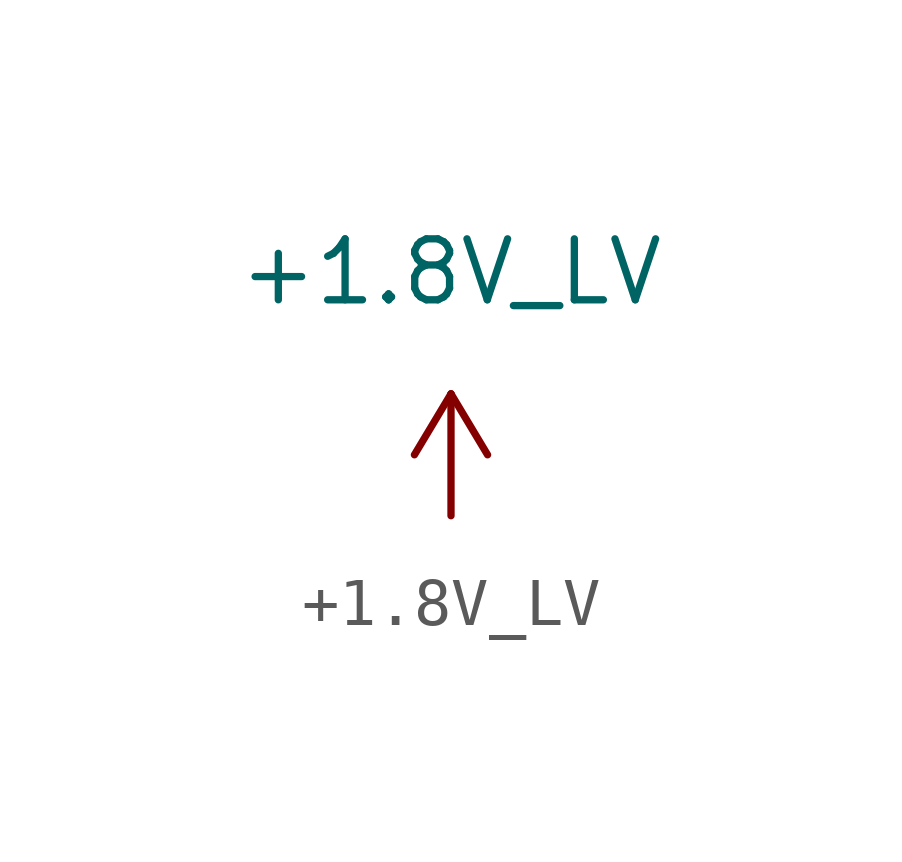
<source format=kicad_sym>
(kicad_symbol_lib
  (version 20220914)
  (generator kicad_symbol_editor)
  (symbol "+1.8V_LV"
    (power)
    (pin_numbers hide)
    (pin_names
      (offset 0))
    (property "Reference" "#PWR"
      (at 1.27 0 90)
      (effects (font (size 1.27 1.27)) hide))
    (property "Value" "+1.8V_LV"
      (at 0 5.08 0)
      (effects (font (size 1.27 1.27))))
    (symbol "+1.8V_LV_1_1"
      (polyline (pts (xy -0.762 1.27) (xy 0 2.54)) (stroke (width 0) (type default)) (fill (type none)))
      (polyline (pts (xy 0 0) (xy 0 2.54)) (stroke (width 0) (type default)) (fill (type none)))
      (polyline (pts (xy 0 2.54) (xy 0.762 1.27)) (stroke (width 0) (type default)) (fill (type none)))
      (pin power_in line (at 0 0 90) (length 0) hide (name "+1.8V_HV" (effects (font (size 1.27 1.27)))) (number "1" (effects (font (size 1.27 1.27))))))))
</source>
